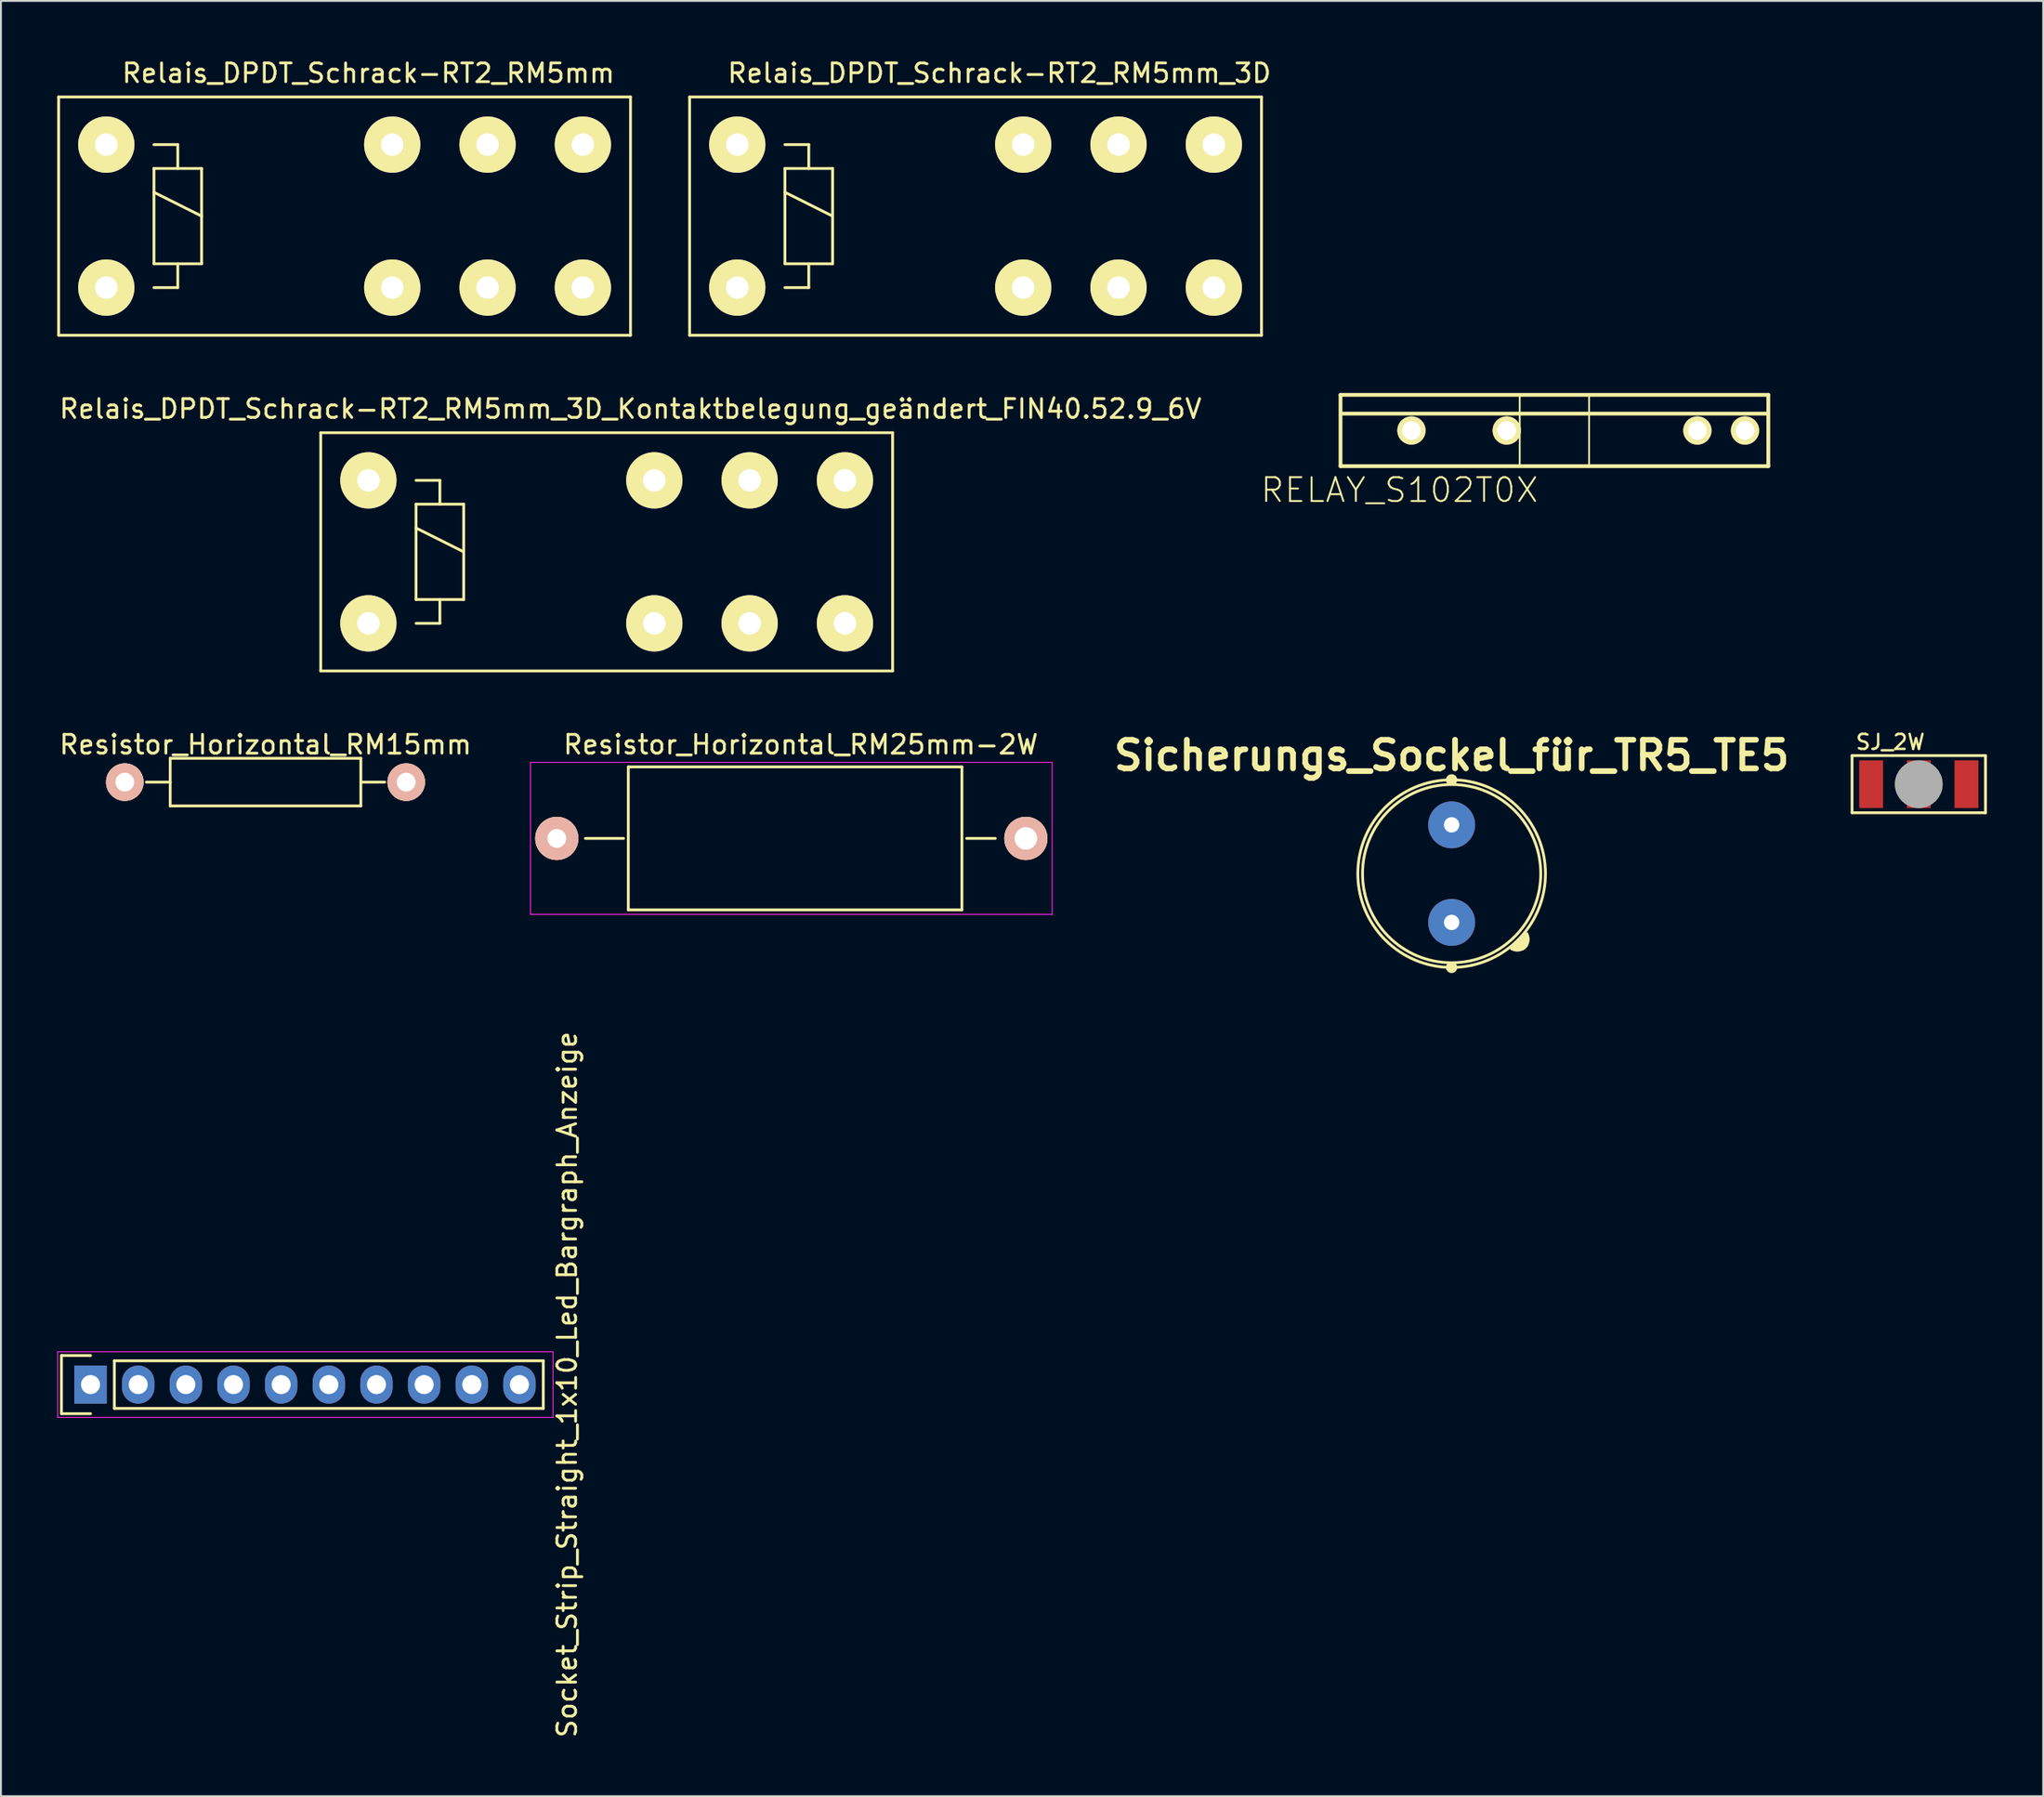
<source format=kicad_pcb>
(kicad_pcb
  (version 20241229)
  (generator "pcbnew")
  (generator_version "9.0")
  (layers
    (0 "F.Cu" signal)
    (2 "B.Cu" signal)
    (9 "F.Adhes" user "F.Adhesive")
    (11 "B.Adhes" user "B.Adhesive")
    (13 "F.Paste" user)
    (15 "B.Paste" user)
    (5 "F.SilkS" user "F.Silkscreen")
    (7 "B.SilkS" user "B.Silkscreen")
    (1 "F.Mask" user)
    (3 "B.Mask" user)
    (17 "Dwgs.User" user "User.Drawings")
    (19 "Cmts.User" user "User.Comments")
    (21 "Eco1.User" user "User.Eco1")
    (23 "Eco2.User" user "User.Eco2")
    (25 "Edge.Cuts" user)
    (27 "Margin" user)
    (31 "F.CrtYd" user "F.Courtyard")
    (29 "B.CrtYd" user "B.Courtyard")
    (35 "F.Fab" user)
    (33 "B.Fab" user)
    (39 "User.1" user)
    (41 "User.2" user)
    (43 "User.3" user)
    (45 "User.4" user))
  (footprint "Relais_DPDT_Schrack-RT2_RM5mm"
    (layer "F.Cu")
    (at 2.615 12.278)
    (property "Reference" "Relais_DPDT_Schrack-RT2_RM5mm" (at 13.97 -11.43 0) (layer "F.SilkS") (effects (font (size 1 1) (thickness 0.15))))
    (attr through_hole)
    (fp_line (start -2.54 -10.16) (end 27.94 -10.16) (stroke (width 0.15) (type solid)) (layer "F.SilkS"))
    (fp_line (start -2.54 2.54) (end -2.54 -10.16) (stroke (width 0.15) (type solid)) (layer "F.SilkS"))
    (fp_line (start 2.54 -7.62) (end 3.81 -7.62) (stroke (width 0.15) (type solid)) (layer "F.SilkS"))
    (fp_line (start 2.54 -6.35) (end 3.81 -6.35) (stroke (width 0.15) (type solid)) (layer "F.SilkS"))
    (fp_line (start 2.54 -5.08) (end 5.08 -3.81) (stroke (width 0.15) (type solid)) (layer "F.SilkS"))
    (fp_line (start 2.54 -1.27) (end 2.54 -6.35) (stroke (width 0.15) (type solid)) (layer "F.SilkS"))
    (fp_line (start 3.81 -7.62) (end 3.81 -6.35) (stroke (width 0.15) (type solid)) (layer "F.SilkS"))
    (fp_line (start 3.81 -6.35) (end 5.08 -6.35) (stroke (width 0.15) (type solid)) (layer "F.SilkS"))
    (fp_line (start 3.81 -1.27) (end 3.81 0) (stroke (width 0.15) (type solid)) (layer "F.SilkS"))
    (fp_line (start 3.81 0) (end 2.54 0) (stroke (width 0.15) (type solid)) (layer "F.SilkS"))
    (fp_line (start 5.08 -6.35) (end 5.08 -1.27) (stroke (width 0.15) (type solid)) (layer "F.SilkS"))
    (fp_line (start 5.08 -1.27) (end 2.54 -1.27) (stroke (width 0.15) (type solid)) (layer "F.SilkS"))
    (fp_line (start 27.94 -10.16) (end 27.94 2.54) (stroke (width 0.15) (type solid)) (layer "F.SilkS"))
    (fp_line (start 27.94 2.54) (end -2.54 2.54) (stroke (width 0.15) (type solid)) (layer "F.SilkS"))
    (pad "1" thru_hole circle (at 15.24 0) (size 3 3) (drill 1.199) (layers "*.Cu" "*.Mask" "F.SilkS"))
    (pad "3" thru_hole circle (at 25.4 0) (size 3 3) (drill 1.199) (layers "*.Cu" "*.Mask" "F.SilkS"))
    (pad "5" thru_hole circle (at 20.32 0) (size 3 3) (drill 1.199) (layers "*.Cu" "*.Mask" "F.SilkS"))
    (pad "8" thru_hole circle (at 0 -7.62) (size 3 3) (drill 1.199) (layers "*.Cu" "*.Mask" "F.SilkS"))
    (pad "9" thru_hole circle (at 0 0) (size 3 3) (drill 1.199) (layers "*.Cu" "*.Mask" "F.SilkS"))
    (pad "12" thru_hole circle (at 20.32 -7.62) (size 3 3) (drill 1.199) (layers "*.Cu" "*.Mask" "F.SilkS"))
    (pad "14" thru_hole circle (at 25.4 -7.62) (size 3 3) (drill 1.199) (layers "*.Cu" "*.Mask" "F.SilkS"))
    (pad "16" thru_hole circle (at 15.24 -7.62) (size 3 3) (drill 1.199) (layers "*.Cu" "*.Mask" "F.SilkS")))
  (footprint "Socket_Strip_Straight_1x10_Led_Bargraph_Anzeige"
    (layer "F.Cu")
    (at 1.775 70.746)
    (property "Reference" "Socket_Strip_Straight_1x10_Led_Bargraph_Anzeige" (at 25.4 0 90) (layer "F.SilkS") (effects (font (size 1 1) (thickness 0.15))))
    (fp_line (start -1.55 -1.55) (end -1.55 1.55) (stroke (width 0.15) (type solid)) (layer "F.SilkS"))
    (fp_line (start -1.55 1.55) (end 0 1.55) (stroke (width 0.15) (type solid)) (layer "F.SilkS"))
    (fp_line (start 0 -1.55) (end -1.55 -1.55) (stroke (width 0.15) (type solid)) (layer "F.SilkS"))
    (fp_line (start 1.27 1.27) (end 1.27 -1.27) (stroke (width 0.15) (type solid)) (layer "F.SilkS"))
    (fp_line (start 1.27 1.27) (end 24.13 1.27) (stroke (width 0.15) (type solid)) (layer "F.SilkS"))
    (fp_line (start 24.13 -1.27) (end 1.27 -1.27) (stroke (width 0.15) (type solid)) (layer "F.SilkS"))
    (fp_line (start 24.13 1.27) (end 24.13 -1.27) (stroke (width 0.15) (type solid)) (layer "F.SilkS"))
    (fp_line (start -1.75 -1.75) (end -1.75 1.75) (stroke (width 0.05) (type solid)) (layer "F.CrtYd"))
    (fp_line (start -1.75 -1.75) (end 24.65 -1.75) (stroke (width 0.05) (type solid)) (layer "F.CrtYd"))
    (fp_line (start -1.75 1.75) (end 24.65 1.75) (stroke (width 0.05) (type solid)) (layer "F.CrtYd"))
    (fp_line (start 24.65 -1.75) (end 24.65 1.75) (stroke (width 0.05) (type solid)) (layer "F.CrtYd"))
    (pad "1" thru_hole rect (at 0 0) (size 1.727 2.032) (drill 1.016) (layers "*.Cu" "*.Mask"))
    (pad "2" thru_hole oval (at 2.54 0) (size 1.727 2.032) (drill 1.016) (layers "*.Cu" "*.Mask"))
    (pad "3" thru_hole oval (at 5.08 0) (size 1.727 2.032) (drill 1.016) (layers "*.Cu" "*.Mask"))
    (pad "4" thru_hole oval (at 7.62 0) (size 1.727 2.032) (drill 1.016) (layers "*.Cu" "*.Mask"))
    (pad "5" thru_hole oval (at 10.16 0) (size 1.727 2.032) (drill 1.016) (layers "*.Cu" "*.Mask"))
    (pad "6" thru_hole oval (at 12.7 0) (size 1.727 2.032) (drill 1.016) (layers "*.Cu" "*.Mask"))
    (pad "7" thru_hole oval (at 15.24 0) (size 1.727 2.032) (drill 1.016) (layers "*.Cu" "*.Mask"))
    (pad "8" thru_hole oval (at 17.78 0) (size 1.727 2.032) (drill 1.016) (layers "*.Cu" "*.Mask"))
    (pad "9" thru_hole oval (at 20.32 0) (size 1.727 2.032) (drill 1.016) (layers "*.Cu" "*.Mask"))
    (pad "10" thru_hole oval (at 22.86 0) (size 1.727 2.032) (drill 1.016) (layers "*.Cu" "*.Mask")))
  (footprint "Resistor_Horizontal_RM25mm-2W"
    (layer "F.Cu")
    (at 39.127 41.635)
    (property "Reference" "Resistor_Horizontal_RM25mm-2W" (at 0.5 -5 0) (layer "F.SilkS") (effects (font (size 1 1) (thickness 0.15))))
    (fp_line (start -8.944 0) (end -10.976 0) (stroke (width 0.15) (type solid)) (layer "F.SilkS"))
    (fp_line (start -8.69 -3.81) (end -8.69 3.81) (stroke (width 0.15) (type solid)) (layer "F.SilkS"))
    (fp_line (start -8.69 3.81) (end 9.09 3.81) (stroke (width 0.15) (type solid)) (layer "F.SilkS"))
    (fp_line (start 9.09 -3.81) (end -8.69 -3.81) (stroke (width 0.15) (type solid)) (layer "F.SilkS"))
    (fp_line (start 9.09 3.81) (end 9.09 -3.81) (stroke (width 0.15) (type solid)) (layer "F.SilkS"))
    (fp_line (start 9.344 0) (end 10.868 0) (stroke (width 0.15) (type solid)) (layer "F.SilkS"))
    (fp_line (start -13.9 -4.05) (end 13.9 -4.05) (stroke (width 0.05) (type solid)) (layer "F.CrtYd"))
    (fp_line (start -13.9 4.05) (end -13.9 -4.05) (stroke (width 0.05) (type solid)) (layer "F.CrtYd"))
    (fp_line (start -13.9 4.05) (end 13.9 4.05) (stroke (width 0.05) (type solid)) (layer "F.CrtYd"))
    (fp_line (start 13.9 -4.05) (end 13.9 4.05) (stroke (width 0.05) (type solid)) (layer "F.CrtYd"))
    (pad "1" thru_hole circle (at -12.5 0) (size 2.301 2.301) (drill 1.001) (layers "*.Cu" "*.SilkS" "*.Mask"))
    (pad "2" thru_hole circle (at 12.499 0) (size 2.301 2.301) (drill 1.199) (layers "*.Cu" "*.SilkS" "*.Mask")))
  (footprint "RELAY_S102T0X"
    (layer "F.Cu")
    (at 79.796 19.895)
    (property "Reference" "RELAY_S102T0X" (at -8.255 3.175 0) (layer "F.SilkS") (effects (font (size 1.27 1.27) (thickness 0.102))))
    (attr exclude_from_pos_files exclude_from_bom)
    (fp_line (start -11.4 -1.9) (end 11.4 -1.9) (stroke (width 0.203) (type solid)) (layer "F.SilkS"))
    (fp_line (start -11.4 1.9) (end -11.4 -1.9) (stroke (width 0.203) (type solid)) (layer "F.SilkS"))
    (fp_line (start -11.298 -0.899) (end 11.298 -0.899) (stroke (width 0.203) (type solid)) (layer "F.SilkS"))
    (fp_line (start -1.849 -1.849) (end -1.849 1.849) (stroke (width 0.099) (type solid)) (layer "F.SilkS"))
    (fp_line (start 1.849 -1.829) (end 1.849 1.849) (stroke (width 0.099) (type solid)) (layer "F.SilkS"))
    (fp_line (start 11.4 -1.9) (end 11.4 1.9) (stroke (width 0.203) (type solid)) (layer "F.SilkS"))
    (fp_line (start 11.4 1.9) (end -11.4 1.9) (stroke (width 0.203) (type solid)) (layer "F.SilkS"))
    (pad "1" thru_hole circle (at -7.62 0) (size 1.506 1.506) (drill 0.998) (layers "*.Cu" "F.Mask" "F.SilkS" "F.Paste"))
    (pad "2" thru_hole circle (at -2.54 0) (size 1.506 1.506) (drill 0.998) (layers "*.Cu" "F.Mask" "F.SilkS" "F.Paste"))
    (pad "3" thru_hole circle (at 7.62 0) (size 1.506 1.506) (drill 0.998) (layers "*.Cu" "F.Mask" "F.SilkS" "F.Paste"))
    (pad "4" thru_hole circle (at 10.16 0) (size 1.506 1.506) (drill 0.998) (layers "*.Cu" "F.Mask" "F.SilkS" "F.Paste")))
  (footprint "SJ_2W"
    (layer "F.Cu")
    (at 99.216 38.745)
    (property "Reference" "SJ_2W" (at -3.429 -1.778 0) (layer "F.SilkS") (effects (font (size 0.8 0.8) (thickness 0.127)) (justify left bottom)))
    (attr through_hole)
    (fp_line (start -3.556 -1.524) (end -3.556 1.524) (stroke (width 0.15) (type solid)) (layer "F.SilkS"))
    (fp_line (start -3.556 1.524) (end 3.556 1.524) (stroke (width 0.15) (type solid)) (layer "F.SilkS"))
    (fp_line (start 0 0) (end 0 0) (stroke (width 0.152) (type solid)) (layer "F.SilkS"))
    (fp_line (start 0 0) (end 0 0) (stroke (width 0.152) (type solid)) (layer "F.SilkS"))
    (fp_line (start 0 0) (end 0 0) (stroke (width 0.152) (type solid)) (layer "F.SilkS"))
    (fp_line (start 0 0) (end 0 0) (stroke (width 0.152) (type solid)) (layer "F.SilkS"))
    (fp_line (start 3.556 -1.524) (end -3.556 -1.524) (stroke (width 0.15) (type solid)) (layer "F.SilkS"))
    (fp_line (start 3.556 1.524) (end 3.556 -1.524) (stroke (width 0.15) (type solid)) (layer "F.SilkS"))
    (fp_arc (start 0 0) (mid 0 0) (end 0 0) (stroke (width 0.1524) (type solid)) (layer "F.SilkS"))
    (fp_arc (start 0 0) (mid 0 0) (end 0 0) (stroke (width 0.1524) (type solid)) (layer "F.SilkS"))
    (fp_arc (start 0 0) (mid 0 0) (end 0 0) (stroke (width 0.1524) (type solid)) (layer "F.SilkS"))
    (fp_arc (start 0 0) (mid 0 0) (end 0 0) (stroke (width 0.1524) (type solid)) (layer "F.SilkS"))
    (fp_line (start 0 0) (end 0 0) (stroke (width 0.152) (type solid)) (layer "F.Fab"))
    (fp_line (start 0 0) (end 0 0) (stroke (width 0.152) (type solid)) (layer "F.Fab"))
    (fp_line (start 0 0) (end 0 0) (stroke (width 0.152) (type solid)) (layer "F.Fab"))
    (fp_line (start 0 0) (end 0 0) (stroke (width 0.152) (type solid)) (layer "F.Fab"))
    (fp_arc (start 0 0) (mid 0 0) (end 0 0) (stroke (width 1.27) (type solid)) (layer "F.Fab"))
    (fp_arc (start 0 0) (mid 0 0) (end 0 0) (stroke (width 1.27) (type solid)) (layer "F.Fab"))
    (fp_poly (pts (xy -0.508 0.762) (xy 0.508 0.762) (xy 0.508 -0.762) (xy -0.508 -0.762)) (stroke (width 0.1) (type solid)) (fill no) (layer "F.Fab"))
    (pad "1" smd rect (at -2.54 0) (size 1.27 2.54) (layers "F.Cu" "F.Mask" "F.Paste"))
    (pad "2" smd rect (at 0 0) (size 1.27 2.54) (layers "F.Cu" "F.Mask" "F.Paste"))
    (pad "3" smd rect (at 2.54 0) (size 1.27 2.54) (layers "F.Cu" "F.Mask" "F.Paste")))
  (footprint "Relais_DPDT_Schrack-RT2_RM5mm_3D_Kontaktbelegung_geändert_FIN40.52.9_6V"
    (layer "F.Cu")
    (at 16.584 30.172)
    (property "Reference" "Relais_DPDT_Schrack-RT2_RM5mm_3D_Kontaktbelegung_geändert_FIN40.52.9_6V" (at 13.97 -11.43 0) (layer "F.SilkS") (effects (font (size 1 1) (thickness 0.15))))
    (attr through_hole)
    (fp_line (start -2.54 -10.16) (end 27.94 -10.16) (stroke (width 0.15) (type solid)) (layer "F.SilkS"))
    (fp_line (start -2.54 2.54) (end -2.54 -10.16) (stroke (width 0.15) (type solid)) (layer "F.SilkS"))
    (fp_line (start 2.54 -7.62) (end 3.81 -7.62) (stroke (width 0.15) (type solid)) (layer "F.SilkS"))
    (fp_line (start 2.54 -6.35) (end 3.81 -6.35) (stroke (width 0.15) (type solid)) (layer "F.SilkS"))
    (fp_line (start 2.54 -5.08) (end 5.08 -3.81) (stroke (width 0.15) (type solid)) (layer "F.SilkS"))
    (fp_line (start 2.54 -1.27) (end 2.54 -6.35) (stroke (width 0.15) (type solid)) (layer "F.SilkS"))
    (fp_line (start 3.81 -7.62) (end 3.81 -6.35) (stroke (width 0.15) (type solid)) (layer "F.SilkS"))
    (fp_line (start 3.81 -6.35) (end 5.08 -6.35) (stroke (width 0.15) (type solid)) (layer "F.SilkS"))
    (fp_line (start 3.81 -1.27) (end 3.81 0) (stroke (width 0.15) (type solid)) (layer "F.SilkS"))
    (fp_line (start 3.81 0) (end 2.54 0) (stroke (width 0.15) (type solid)) (layer "F.SilkS"))
    (fp_line (start 5.08 -6.35) (end 5.08 -1.27) (stroke (width 0.15) (type solid)) (layer "F.SilkS"))
    (fp_line (start 5.08 -1.27) (end 2.54 -1.27) (stroke (width 0.15) (type solid)) (layer "F.SilkS"))
    (fp_line (start 27.94 -10.16) (end 27.94 2.54) (stroke (width 0.15) (type solid)) (layer "F.SilkS"))
    (fp_line (start 27.94 2.54) (end -2.54 2.54) (stroke (width 0.15) (type solid)) (layer "F.SilkS"))
    (pad "1" thru_hole circle (at 25.4 0) (size 3 3) (drill 1.199) (layers "*.Cu" "*.Mask" "F.SilkS"))
    (pad "3" thru_hole circle (at 15.24 0) (size 3 3) (drill 1.199) (layers "*.Cu" "*.Mask" "F.SilkS"))
    (pad "5" thru_hole circle (at 20.32 0) (size 3 3) (drill 1.199) (layers "*.Cu" "*.Mask" "F.SilkS"))
    (pad "8" thru_hole circle (at 0 -7.62) (size 3 3) (drill 1.199) (layers "*.Cu" "*.Mask" "F.SilkS"))
    (pad "9" thru_hole circle (at 0 0) (size 3 3) (drill 1.199) (layers "*.Cu" "*.Mask" "F.SilkS"))
    (pad "12" thru_hole circle (at 20.32 -7.62) (size 3 3) (drill 1.199) (layers "*.Cu" "*.Mask" "F.SilkS"))
    (pad "14" thru_hole circle (at 15.24 -7.62) (size 3 3) (drill 1.199) (layers "*.Cu" "*.Mask" "F.SilkS"))
    (pad "16" thru_hole circle (at 25.4 -7.62) (size 3 3) (drill 1.199) (layers "*.Cu" "*.Mask" "F.SilkS")))
  (footprint "Relais_DPDT_Schrack-RT2_RM5mm_3D"
    (layer "F.Cu")
    (at 36.245 12.278)
    (property "Reference" "Relais_DPDT_Schrack-RT2_RM5mm_3D" (at 13.97 -11.43 0) (layer "F.SilkS") (effects (font (size 1 1) (thickness 0.15))))
    (attr through_hole)
    (fp_line (start -2.54 -10.16) (end 27.94 -10.16) (stroke (width 0.15) (type solid)) (layer "F.SilkS"))
    (fp_line (start -2.54 2.54) (end -2.54 -10.16) (stroke (width 0.15) (type solid)) (layer "F.SilkS"))
    (fp_line (start 2.54 -7.62) (end 3.81 -7.62) (stroke (width 0.15) (type solid)) (layer "F.SilkS"))
    (fp_line (start 2.54 -6.35) (end 3.81 -6.35) (stroke (width 0.15) (type solid)) (layer "F.SilkS"))
    (fp_line (start 2.54 -5.08) (end 5.08 -3.81) (stroke (width 0.15) (type solid)) (layer "F.SilkS"))
    (fp_line (start 2.54 -1.27) (end 2.54 -6.35) (stroke (width 0.15) (type solid)) (layer "F.SilkS"))
    (fp_line (start 3.81 -7.62) (end 3.81 -6.35) (stroke (width 0.15) (type solid)) (layer "F.SilkS"))
    (fp_line (start 3.81 -6.35) (end 5.08 -6.35) (stroke (width 0.15) (type solid)) (layer "F.SilkS"))
    (fp_line (start 3.81 -1.27) (end 3.81 0) (stroke (width 0.15) (type solid)) (layer "F.SilkS"))
    (fp_line (start 3.81 0) (end 2.54 0) (stroke (width 0.15) (type solid)) (layer "F.SilkS"))
    (fp_line (start 5.08 -6.35) (end 5.08 -1.27) (stroke (width 0.15) (type solid)) (layer "F.SilkS"))
    (fp_line (start 5.08 -1.27) (end 2.54 -1.27) (stroke (width 0.15) (type solid)) (layer "F.SilkS"))
    (fp_line (start 27.94 -10.16) (end 27.94 2.54) (stroke (width 0.15) (type solid)) (layer "F.SilkS"))
    (fp_line (start 27.94 2.54) (end -2.54 2.54) (stroke (width 0.15) (type solid)) (layer "F.SilkS"))
    (pad "1" thru_hole circle (at 15.24 0) (size 3 3) (drill 1.199) (layers "*.Cu" "*.Mask" "F.SilkS"))
    (pad "3" thru_hole circle (at 25.4 0) (size 3 3) (drill 1.199) (layers "*.Cu" "*.Mask" "F.SilkS"))
    (pad "5" thru_hole circle (at 20.32 0) (size 3 3) (drill 1.199) (layers "*.Cu" "*.Mask" "F.SilkS"))
    (pad "8" thru_hole circle (at 0 -7.62) (size 3 3) (drill 1.199) (layers "*.Cu" "*.Mask" "F.SilkS"))
    (pad "9" thru_hole circle (at 0 0) (size 3 3) (drill 1.199) (layers "*.Cu" "*.Mask" "F.SilkS"))
    (pad "12" thru_hole circle (at 20.32 -7.62) (size 3 3) (drill 1.199) (layers "*.Cu" "*.Mask" "F.SilkS"))
    (pad "14" thru_hole circle (at 25.4 -7.62) (size 3 3) (drill 1.199) (layers "*.Cu" "*.Mask" "F.SilkS"))
    (pad "16" thru_hole circle (at 15.24 -7.62) (size 3 3) (drill 1.199) (layers "*.Cu" "*.Mask" "F.SilkS")))
  (footprint "Resistor_Horizontal_RM15mm"
    (layer "F.Cu")
    (at 11.101 38.635)
    (property "Reference" "Resistor_Horizontal_RM15mm" (at 0 -2 0) (layer "F.SilkS") (effects (font (size 1 1) (thickness 0.15))))
    (fp_line (start -6.35 0) (end -5.08 0) (stroke (width 0.15) (type solid)) (layer "F.SilkS"))
    (fp_line (start -5.08 -1.27) (end -5.08 1.27) (stroke (width 0.15) (type solid)) (layer "F.SilkS"))
    (fp_line (start -5.08 1.27) (end 5.08 1.27) (stroke (width 0.15) (type solid)) (layer "F.SilkS"))
    (fp_line (start 5.08 -1.27) (end -5.08 -1.27) (stroke (width 0.15) (type solid)) (layer "F.SilkS"))
    (fp_line (start 5.08 1.27) (end 5.08 -1.27) (stroke (width 0.15) (type solid)) (layer "F.SilkS"))
    (fp_line (start 6.35 0) (end 5.08 0) (stroke (width 0.15) (type solid)) (layer "F.SilkS"))
    (pad "1" thru_hole circle (at -7.5 0) (size 1.999 1.999) (drill 1.001) (layers "*.Cu" "*.SilkS" "*.Mask"))
    (pad "2" thru_hole circle (at 7.5 0) (size 1.999 1.999) (drill 1.001) (layers "*.Cu" "*.SilkS" "*.Mask")))
  (footprint "Sicherungs_Sockel_für_TR5_TE5"
    (layer "F.Cu")
    (at 74.319 43.513)
    (property "Reference" "Sicherungs_Sockel_für_TR5_TE5" (at 0 -6.3 0) (layer "F.SilkS") (effects (font (size 1.524 1.524) (thickness 0.305))))
    (fp_line (start -0.2 -5.1) (end 0.1 -5.1) (stroke (width 0.15) (type solid)) (layer "F.SilkS"))
    (fp_line (start -0.2 -4.9) (end 0.1 -4.9) (stroke (width 0.15) (type solid)) (layer "F.SilkS"))
    (fp_line (start -0.2 4.9) (end 0.1 4.9) (stroke (width 0.15) (type solid)) (layer "F.SilkS"))
    (fp_line (start -0.2 5.1) (end 0.1 5.1) (stroke (width 0.15) (type solid)) (layer "F.SilkS"))
    (fp_line (start 3.2 4) (end 3.3 3.9) (stroke (width 0.15) (type solid)) (layer "F.SilkS"))
    (fp_line (start 3.3 3.9) (end 3.7 3.7) (stroke (width 0.15) (type solid)) (layer "F.SilkS"))
    (fp_line (start 3.4 4) (end 3.3 3.9) (stroke (width 0.15) (type solid)) (layer "F.SilkS"))
    (fp_line (start 3.4 4) (end 3.6 4) (stroke (width 0.15) (type solid)) (layer "F.SilkS"))
    (fp_line (start 3.6 3.6) (end 3.3 3.9) (stroke (width 0.15) (type solid)) (layer "F.SilkS"))
    (fp_line (start 3.6 3.8) (end 3.8 3.7) (stroke (width 0.15) (type solid)) (layer "F.SilkS"))
    (fp_line (start 3.6 4) (end 3.4 3.8) (stroke (width 0.15) (type solid)) (layer "F.SilkS"))
    (fp_line (start 3.6 4) (end 3.9 3.8) (stroke (width 0.15) (type solid)) (layer "F.SilkS"))
    (fp_line (start 3.8 3.7) (end 3.8 3.8) (stroke (width 0.15) (type solid)) (layer "F.SilkS"))
    (fp_line (start 3.8 3.8) (end 3.6 3.6) (stroke (width 0.15) (type solid)) (layer "F.SilkS"))
    (fp_line (start 3.8 4) (end 3.5 3.7) (stroke (width 0.15) (type solid)) (layer "F.SilkS"))
    (fp_line (start 3.9 3.8) (end 4 3.4) (stroke (width 0.15) (type solid)) (layer "F.SilkS"))
    (fp_line (start 4 3.2) (end 3.9 3.3) (stroke (width 0.15) (type solid)) (layer "F.SilkS"))
    (fp_line (start 4 3.4) (end 3.6 3.8) (stroke (width 0.15) (type solid)) (layer "F.SilkS"))
    (fp_line (start 4 3.4) (end 3.9 3.3) (stroke (width 0.15) (type solid)) (layer "F.SilkS"))
    (fp_line (start 4 3.6) (end 3.8 3.4) (stroke (width 0.15) (type solid)) (layer "F.SilkS"))
    (fp_line (start 4 3.8) (end 3.7 3.5) (stroke (width 0.15) (type solid)) (layer "F.SilkS"))
    (fp_arc (start 4 3.2) (mid 4.065685 3.641421) (end 3.8 4) (stroke (width 0.15) (type solid)) (layer "F.SilkS"))
    (fp_arc (start 4 3.8) (mid 3.641421 4.065685) (end 3.2 4) (stroke (width 0.15) (type solid)) (layer "F.SilkS"))
    (fp_circle (center 0 -5) (end 0.1 -4.8) (stroke (width 0.15) (type solid)) (fill no) (layer "F.SilkS"))
    (fp_circle (center 0 0) (end 4.75 0) (stroke (width 0.15) (type solid)) (fill no) (layer "F.SilkS"))
    (fp_circle (center 0 0) (end 5 0) (stroke (width 0.15) (type solid)) (fill no) (layer "F.SilkS"))
    (fp_circle (center 0 5) (end 0.1 5.2) (stroke (width 0.15) (type solid)) (fill no) (layer "F.SilkS"))
    (pad "1" thru_hole circle (at 0 -2.6) (size 2.5 2.5) (drill 0.82) (layers "*.Cu" "*.Mask"))
    (pad "2" thru_hole circle (at 0 2.6) (size 2.5 2.5) (drill 0.82) (layers "*.Cu" "*.Mask")))
  (gr_rect
    (start -3 -3)
    (end 105.847 92.681)
    (stroke (width 0.1) (type default))
    (fill no)
    (layer "Edge.Cuts")))
</source>
